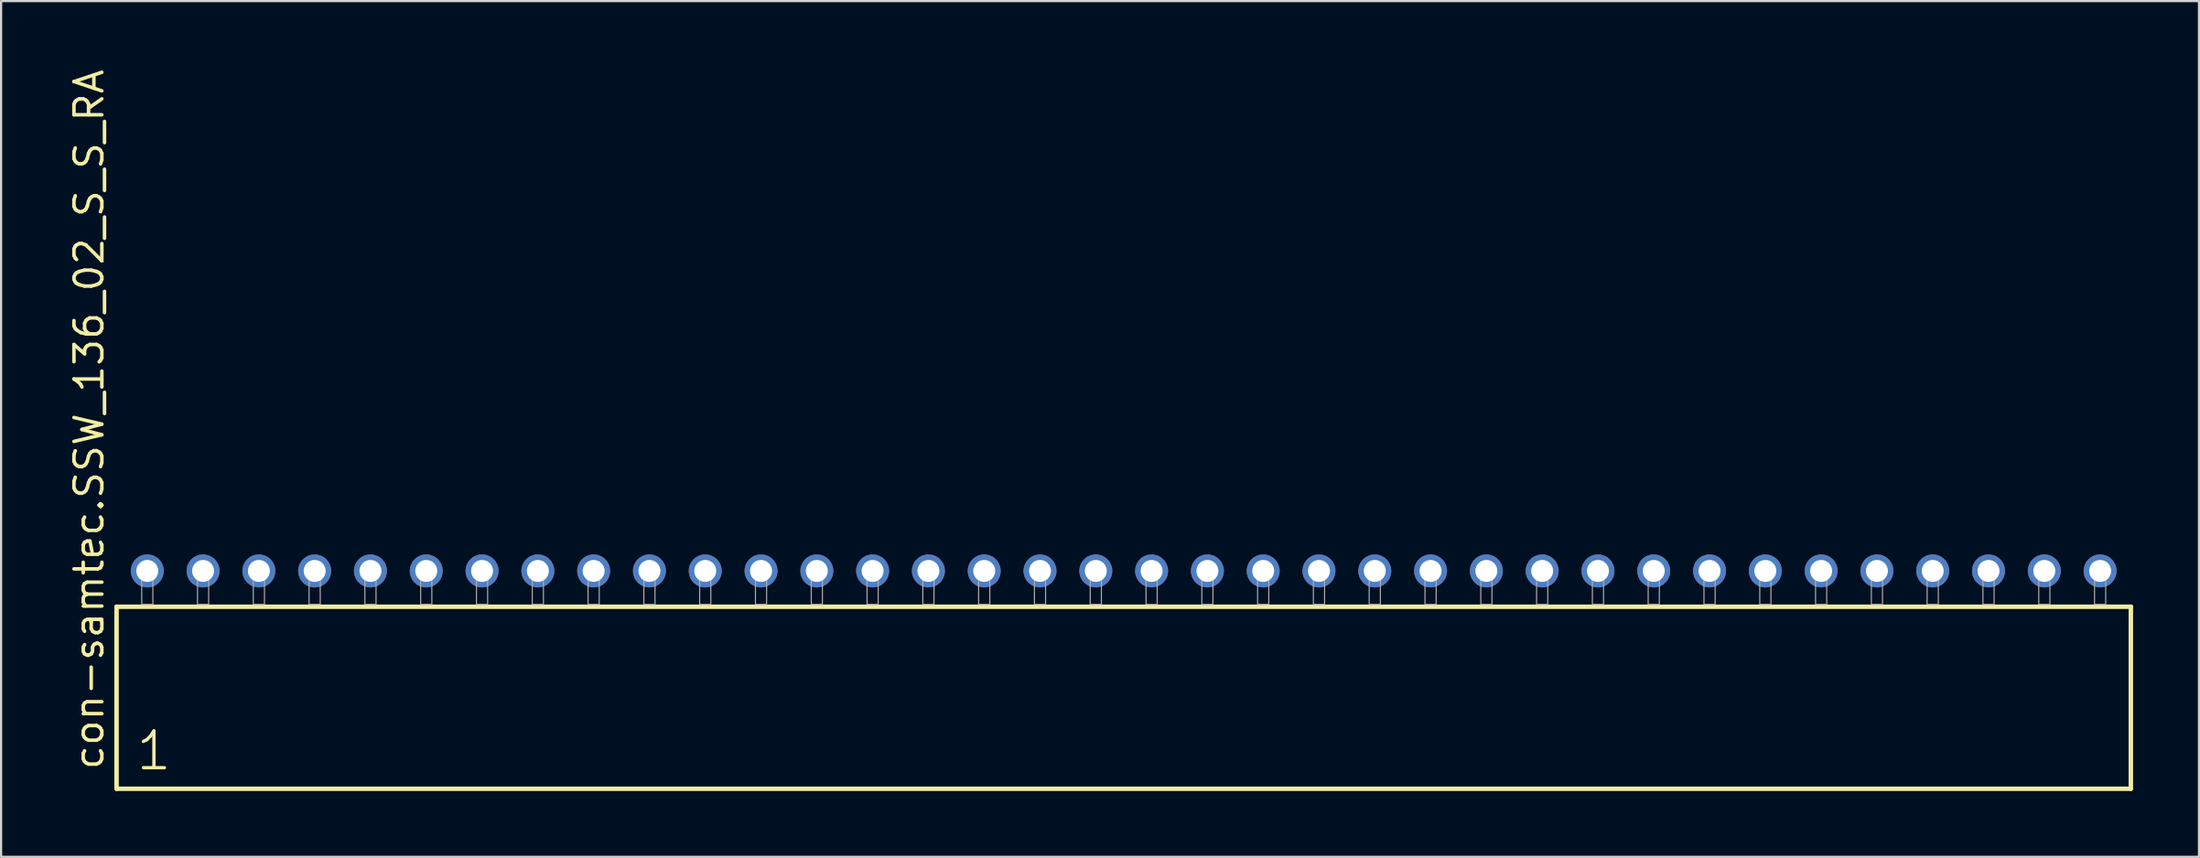
<source format=kicad_pcb>
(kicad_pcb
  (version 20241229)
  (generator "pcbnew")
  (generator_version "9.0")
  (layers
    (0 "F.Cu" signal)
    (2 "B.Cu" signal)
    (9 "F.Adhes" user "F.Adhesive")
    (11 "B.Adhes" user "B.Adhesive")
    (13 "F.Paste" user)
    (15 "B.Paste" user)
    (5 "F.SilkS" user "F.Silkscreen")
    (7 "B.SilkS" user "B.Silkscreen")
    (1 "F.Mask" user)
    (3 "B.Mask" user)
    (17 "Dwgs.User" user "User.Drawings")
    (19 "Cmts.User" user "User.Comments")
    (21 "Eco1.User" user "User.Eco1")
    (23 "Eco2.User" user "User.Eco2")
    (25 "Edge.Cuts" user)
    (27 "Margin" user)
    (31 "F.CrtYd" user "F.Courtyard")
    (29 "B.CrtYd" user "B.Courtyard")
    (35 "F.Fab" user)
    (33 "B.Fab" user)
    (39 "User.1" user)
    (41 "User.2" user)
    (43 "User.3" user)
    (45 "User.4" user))
  (footprint "con-samtec.SSW_136_02_S_S_RA"
    (layer "F.Cu")
    (at 48.105 24.477)
    (property "Reference" "con-samtec.SSW_136_02_S_S_RA" (at -46.355 7.62 90) (layer "F.SilkS") (effects (font (size 1.27 1.27) (thickness 0.16)) (justify left bottom)))
    (attr through_hole)
    (fp_line (start -45.849 0.106) (end -45.849 8.396) (stroke (width 0.203) (type default)) (layer "F.SilkS"))
    (fp_line (start -45.849 8.396) (end 45.849 8.396) (stroke (width 0.203) (type default)) (layer "F.SilkS"))
    (fp_line (start 45.849 0.106) (end -45.849 0.106) (stroke (width 0.203) (type default)) (layer "F.SilkS"))
    (fp_line (start 45.849 8.396) (end 45.849 0.106) (stroke (width 0.203) (type default)) (layer "F.SilkS"))
    (fp_rect (start -44.704 0) (end -44.196 -1.778) (stroke (width 0.05) (type default)) (fill no) (layer "F.Fab"))
    (fp_rect (start -42.164 0) (end -41.656 -1.778) (stroke (width 0.05) (type default)) (fill no) (layer "F.Fab"))
    (fp_rect (start -39.624 0) (end -39.116 -1.778) (stroke (width 0.05) (type default)) (fill no) (layer "F.Fab"))
    (fp_rect (start -37.084 0) (end -36.576 -1.778) (stroke (width 0.05) (type default)) (fill no) (layer "F.Fab"))
    (fp_rect (start -34.544 0) (end -34.036 -1.778) (stroke (width 0.05) (type default)) (fill no) (layer "F.Fab"))
    (fp_rect (start -32.004 0) (end -31.496 -1.778) (stroke (width 0.05) (type default)) (fill no) (layer "F.Fab"))
    (fp_rect (start -29.464 0) (end -28.956 -1.778) (stroke (width 0.05) (type default)) (fill no) (layer "F.Fab"))
    (fp_rect (start -26.924 0) (end -26.416 -1.778) (stroke (width 0.05) (type default)) (fill no) (layer "F.Fab"))
    (fp_rect (start -24.384 0) (end -23.876 -1.778) (stroke (width 0.05) (type default)) (fill no) (layer "F.Fab"))
    (fp_rect (start -21.844 0) (end -21.336 -1.778) (stroke (width 0.05) (type default)) (fill no) (layer "F.Fab"))
    (fp_rect (start -19.304 0) (end -18.796 -1.778) (stroke (width 0.05) (type default)) (fill no) (layer "F.Fab"))
    (fp_rect (start -16.764 0) (end -16.256 -1.778) (stroke (width 0.05) (type default)) (fill no) (layer "F.Fab"))
    (fp_rect (start -14.224 0) (end -13.716 -1.778) (stroke (width 0.05) (type default)) (fill no) (layer "F.Fab"))
    (fp_rect (start -11.684 0) (end -11.176 -1.778) (stroke (width 0.05) (type default)) (fill no) (layer "F.Fab"))
    (fp_rect (start -9.144 0) (end -8.636 -1.778) (stroke (width 0.05) (type default)) (fill no) (layer "F.Fab"))
    (fp_rect (start -6.604 0) (end -6.096 -1.778) (stroke (width 0.05) (type default)) (fill no) (layer "F.Fab"))
    (fp_rect (start -4.064 0) (end -3.556 -1.778) (stroke (width 0.05) (type default)) (fill no) (layer "F.Fab"))
    (fp_rect (start -1.524 0) (end -1.016 -1.778) (stroke (width 0.05) (type default)) (fill no) (layer "F.Fab"))
    (fp_rect (start 1.016 0) (end 1.524 -1.778) (stroke (width 0.05) (type default)) (fill no) (layer "F.Fab"))
    (fp_rect (start 3.556 0) (end 4.064 -1.778) (stroke (width 0.05) (type default)) (fill no) (layer "F.Fab"))
    (fp_rect (start 6.096 0) (end 6.604 -1.778) (stroke (width 0.05) (type default)) (fill no) (layer "F.Fab"))
    (fp_rect (start 8.636 0) (end 9.144 -1.778) (stroke (width 0.05) (type default)) (fill no) (layer "F.Fab"))
    (fp_rect (start 11.176 0) (end 11.684 -1.778) (stroke (width 0.05) (type default)) (fill no) (layer "F.Fab"))
    (fp_rect (start 13.716 0) (end 14.224 -1.778) (stroke (width 0.05) (type default)) (fill no) (layer "F.Fab"))
    (fp_rect (start 16.256 0) (end 16.764 -1.778) (stroke (width 0.05) (type default)) (fill no) (layer "F.Fab"))
    (fp_rect (start 18.796 0) (end 19.304 -1.778) (stroke (width 0.05) (type default)) (fill no) (layer "F.Fab"))
    (fp_rect (start 21.336 0) (end 21.844 -1.778) (stroke (width 0.05) (type default)) (fill no) (layer "F.Fab"))
    (fp_rect (start 23.876 0) (end 24.384 -1.778) (stroke (width 0.05) (type default)) (fill no) (layer "F.Fab"))
    (fp_rect (start 26.416 0) (end 26.924 -1.778) (stroke (width 0.05) (type default)) (fill no) (layer "F.Fab"))
    (fp_rect (start 28.956 0) (end 29.464 -1.778) (stroke (width 0.05) (type default)) (fill no) (layer "F.Fab"))
    (fp_rect (start 31.496 0) (end 32.004 -1.778) (stroke (width 0.05) (type default)) (fill no) (layer "F.Fab"))
    (fp_rect (start 34.036 0) (end 34.544 -1.778) (stroke (width 0.05) (type default)) (fill no) (layer "F.Fab"))
    (fp_rect (start 36.576 0) (end 37.084 -1.778) (stroke (width 0.05) (type default)) (fill no) (layer "F.Fab"))
    (fp_rect (start 39.116 0) (end 39.624 -1.778) (stroke (width 0.05) (type default)) (fill no) (layer "F.Fab"))
    (fp_rect (start 41.656 0) (end 42.164 -1.778) (stroke (width 0.05) (type default)) (fill no) (layer "F.Fab"))
    (fp_rect (start 44.196 0) (end 44.704 -1.778) (stroke (width 0.05) (type default)) (fill no) (layer "F.Fab"))
    (fp_text user "1" (at -45.045 7.65 0) (layer "F.SilkS") (effects (font (size 1.676 1.676) (thickness 0.15)) (justify left bottom)))
    (pad "1" thru_hole circle (at -44.45 -1.524) (size 1.5 1.5) (drill 1) (layers "*.Cu" "*.Mask"))
    (pad "2" thru_hole circle (at -41.91 -1.524) (size 1.5 1.5) (drill 1) (layers "*.Cu" "*.Mask"))
    (pad "3" thru_hole circle (at -39.37 -1.524) (size 1.5 1.5) (drill 1) (layers "*.Cu" "*.Mask"))
    (pad "4" thru_hole circle (at -36.83 -1.524) (size 1.5 1.5) (drill 1) (layers "*.Cu" "*.Mask"))
    (pad "5" thru_hole circle (at -34.29 -1.524) (size 1.5 1.5) (drill 1) (layers "*.Cu" "*.Mask"))
    (pad "6" thru_hole circle (at -31.75 -1.524) (size 1.5 1.5) (drill 1) (layers "*.Cu" "*.Mask"))
    (pad "7" thru_hole circle (at -29.21 -1.524) (size 1.5 1.5) (drill 1) (layers "*.Cu" "*.Mask"))
    (pad "8" thru_hole circle (at -26.67 -1.524) (size 1.5 1.5) (drill 1) (layers "*.Cu" "*.Mask"))
    (pad "9" thru_hole circle (at -24.13 -1.524) (size 1.5 1.5) (drill 1) (layers "*.Cu" "*.Mask"))
    (pad "10" thru_hole circle (at -21.59 -1.524) (size 1.5 1.5) (drill 1) (layers "*.Cu" "*.Mask"))
    (pad "11" thru_hole circle (at -19.05 -1.524) (size 1.5 1.5) (drill 1) (layers "*.Cu" "*.Mask"))
    (pad "12" thru_hole circle (at -16.51 -1.524) (size 1.5 1.5) (drill 1) (layers "*.Cu" "*.Mask"))
    (pad "13" thru_hole circle (at -13.97 -1.524) (size 1.5 1.5) (drill 1) (layers "*.Cu" "*.Mask"))
    (pad "14" thru_hole circle (at -11.43 -1.524) (size 1.5 1.5) (drill 1) (layers "*.Cu" "*.Mask"))
    (pad "15" thru_hole circle (at -8.89 -1.524) (size 1.5 1.5) (drill 1) (layers "*.Cu" "*.Mask"))
    (pad "16" thru_hole circle (at -6.35 -1.524) (size 1.5 1.5) (drill 1) (layers "*.Cu" "*.Mask"))
    (pad "17" thru_hole circle (at -3.81 -1.524) (size 1.5 1.5) (drill 1) (layers "*.Cu" "*.Mask"))
    (pad "18" thru_hole circle (at -1.27 -1.524) (size 1.5 1.5) (drill 1) (layers "*.Cu" "*.Mask"))
    (pad "19" thru_hole circle (at 1.27 -1.524) (size 1.5 1.5) (drill 1) (layers "*.Cu" "*.Mask"))
    (pad "20" thru_hole circle (at 3.81 -1.524) (size 1.5 1.5) (drill 1) (layers "*.Cu" "*.Mask"))
    (pad "21" thru_hole circle (at 6.35 -1.524) (size 1.5 1.5) (drill 1) (layers "*.Cu" "*.Mask"))
    (pad "22" thru_hole circle (at 8.89 -1.524) (size 1.5 1.5) (drill 1) (layers "*.Cu" "*.Mask"))
    (pad "23" thru_hole circle (at 11.43 -1.524) (size 1.5 1.5) (drill 1) (layers "*.Cu" "*.Mask"))
    (pad "24" thru_hole circle (at 13.97 -1.524) (size 1.5 1.5) (drill 1) (layers "*.Cu" "*.Mask"))
    (pad "25" thru_hole circle (at 16.51 -1.524) (size 1.5 1.5) (drill 1) (layers "*.Cu" "*.Mask"))
    (pad "26" thru_hole circle (at 19.05 -1.524) (size 1.5 1.5) (drill 1) (layers "*.Cu" "*.Mask"))
    (pad "27" thru_hole circle (at 21.59 -1.524) (size 1.5 1.5) (drill 1) (layers "*.Cu" "*.Mask"))
    (pad "28" thru_hole circle (at 24.13 -1.524) (size 1.5 1.5) (drill 1) (layers "*.Cu" "*.Mask"))
    (pad "29" thru_hole circle (at 26.67 -1.524) (size 1.5 1.5) (drill 1) (layers "*.Cu" "*.Mask"))
    (pad "30" thru_hole circle (at 29.21 -1.524) (size 1.5 1.5) (drill 1) (layers "*.Cu" "*.Mask"))
    (pad "31" thru_hole circle (at 31.75 -1.524) (size 1.5 1.5) (drill 1) (layers "*.Cu" "*.Mask"))
    (pad "32" thru_hole circle (at 34.29 -1.524) (size 1.5 1.5) (drill 1) (layers "*.Cu" "*.Mask"))
    (pad "33" thru_hole circle (at 36.83 -1.524) (size 1.5 1.5) (drill 1) (layers "*.Cu" "*.Mask"))
    (pad "34" thru_hole circle (at 39.37 -1.524) (size 1.5 1.5) (drill 1) (layers "*.Cu" "*.Mask"))
    (pad "35" thru_hole circle (at 41.91 -1.524) (size 1.5 1.5) (drill 1) (layers "*.Cu" "*.Mask"))
    (pad "36" thru_hole circle (at 44.45 -1.524) (size 1.5 1.5) (drill 1) (layers "*.Cu" "*.Mask")))
  (gr_rect
    (start -3 -3)
    (end 97.056 35.975)
    (stroke (width 0.1) (type default))
    (fill no)
    (layer "Edge.Cuts")))
</source>
